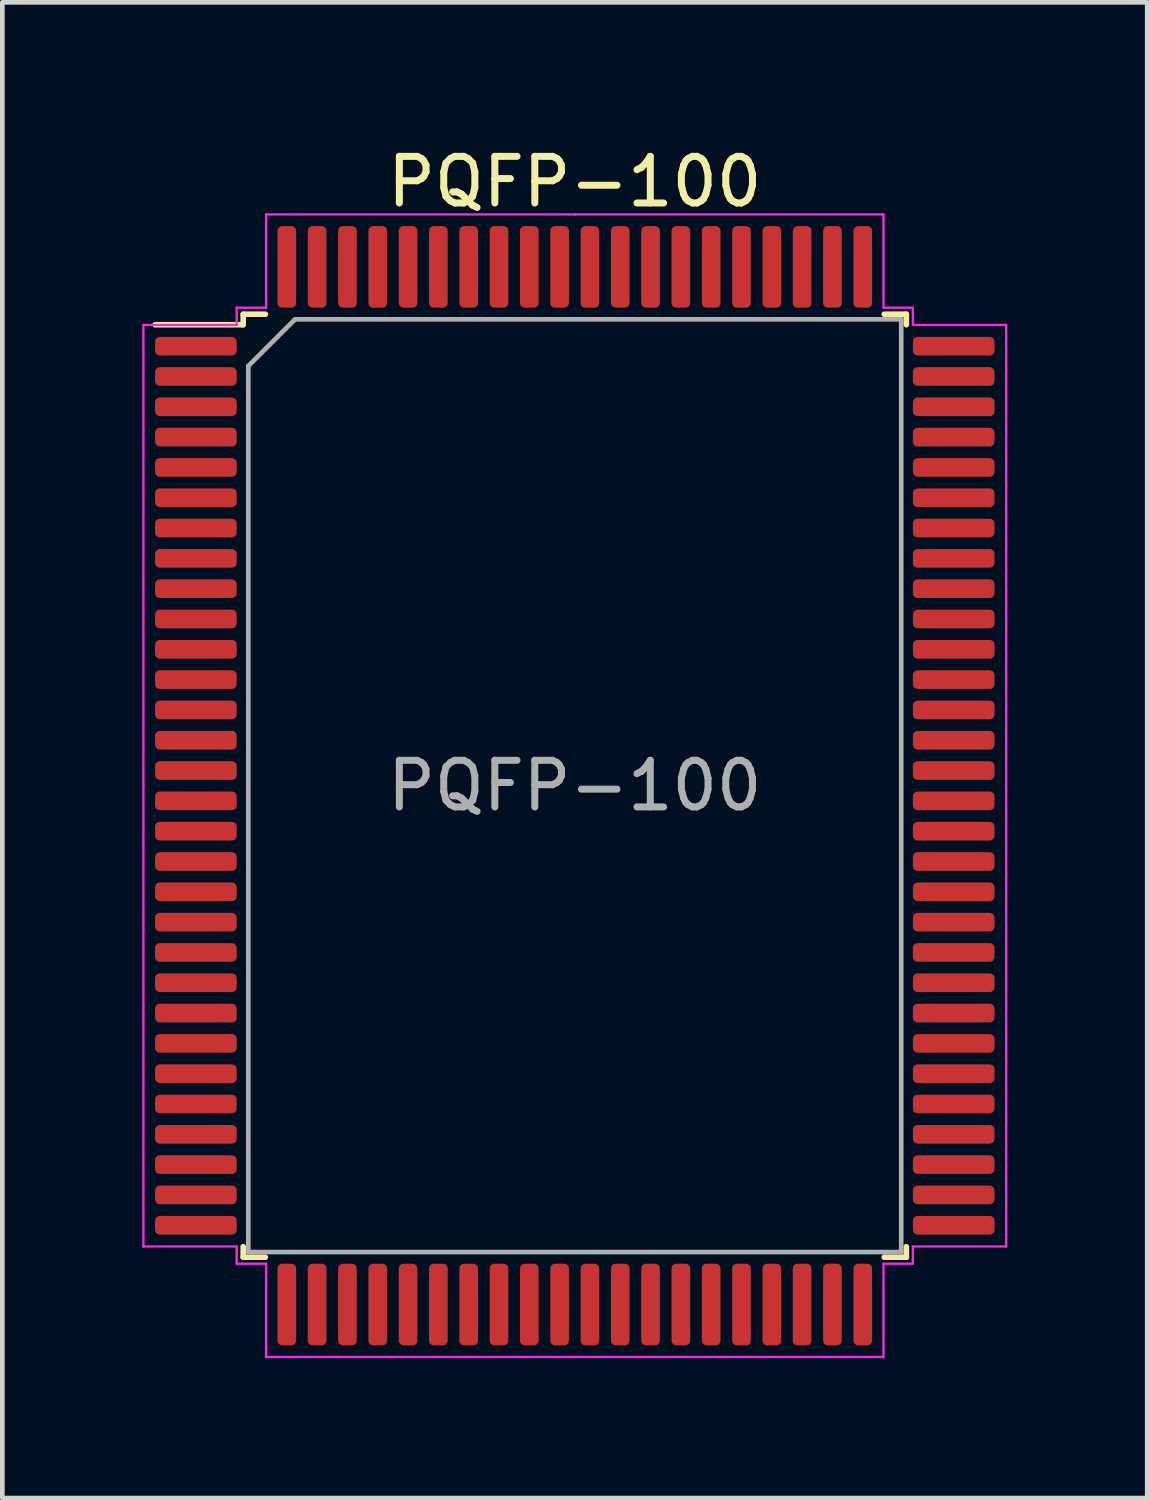
<source format=kicad_pcb>
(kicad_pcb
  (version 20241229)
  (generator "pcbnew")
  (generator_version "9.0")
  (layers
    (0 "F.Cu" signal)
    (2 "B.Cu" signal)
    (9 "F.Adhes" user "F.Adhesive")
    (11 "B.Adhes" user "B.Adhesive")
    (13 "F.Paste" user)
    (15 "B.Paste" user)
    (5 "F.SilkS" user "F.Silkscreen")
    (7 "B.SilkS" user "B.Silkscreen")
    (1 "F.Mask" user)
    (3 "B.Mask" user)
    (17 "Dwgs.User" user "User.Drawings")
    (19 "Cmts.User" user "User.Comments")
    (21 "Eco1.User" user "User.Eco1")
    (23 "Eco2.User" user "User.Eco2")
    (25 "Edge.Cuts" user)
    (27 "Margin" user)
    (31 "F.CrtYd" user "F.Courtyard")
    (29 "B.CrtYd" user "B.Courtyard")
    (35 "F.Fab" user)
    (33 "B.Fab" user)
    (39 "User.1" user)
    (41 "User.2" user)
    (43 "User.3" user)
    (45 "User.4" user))
  (footprint "PQFP-100"
    (layer "F.Cu")
    (at 9.275 13.798)
    (property "Reference" "PQFP-100" (at 0 -12.95 0) (layer "F.SilkS") (effects (font (size 1 1) (thickness 0.15))))
    (attr smd)
    (fp_line (start -7.11 -10.11) (end -7.11 -9.885) (stroke (width 0.12) (type solid)) (layer "F.SilkS"))
    (fp_line (start -7.11 -9.885) (end -9 -9.885) (stroke (width 0.12) (type solid)) (layer "F.SilkS"))
    (fp_line (start -7.11 10.11) (end -7.11 9.885) (stroke (width 0.12) (type solid)) (layer "F.SilkS"))
    (fp_line (start -6.635 -10.11) (end -7.11 -10.11) (stroke (width 0.12) (type solid)) (layer "F.SilkS"))
    (fp_line (start -6.635 10.11) (end -7.11 10.11) (stroke (width 0.12) (type solid)) (layer "F.SilkS"))
    (fp_line (start 6.635 -10.11) (end 7.11 -10.11) (stroke (width 0.12) (type solid)) (layer "F.SilkS"))
    (fp_line (start 6.635 10.11) (end 7.11 10.11) (stroke (width 0.12) (type solid)) (layer "F.SilkS"))
    (fp_line (start 7.11 -10.11) (end 7.11 -9.885) (stroke (width 0.12) (type solid)) (layer "F.SilkS"))
    (fp_line (start 7.11 10.11) (end 7.11 9.885) (stroke (width 0.12) (type solid)) (layer "F.SilkS"))
    (fp_line (start -9.25 -9.88) (end -9.25 0) (stroke (width 0.05) (type solid)) (layer "F.CrtYd"))
    (fp_line (start -9.25 9.88) (end -9.25 0) (stroke (width 0.05) (type solid)) (layer "F.CrtYd"))
    (fp_line (start -7.25 -10.25) (end -7.25 -9.88) (stroke (width 0.05) (type solid)) (layer "F.CrtYd"))
    (fp_line (start -7.25 -9.88) (end -9.25 -9.88) (stroke (width 0.05) (type solid)) (layer "F.CrtYd"))
    (fp_line (start -7.25 9.88) (end -9.25 9.88) (stroke (width 0.05) (type solid)) (layer "F.CrtYd"))
    (fp_line (start -7.25 10.25) (end -7.25 9.88) (stroke (width 0.05) (type solid)) (layer "F.CrtYd"))
    (fp_line (start -6.62 -12.25) (end -6.62 -10.25) (stroke (width 0.05) (type solid)) (layer "F.CrtYd"))
    (fp_line (start -6.62 -10.25) (end -7.25 -10.25) (stroke (width 0.05) (type solid)) (layer "F.CrtYd"))
    (fp_line (start -6.62 10.25) (end -7.25 10.25) (stroke (width 0.05) (type solid)) (layer "F.CrtYd"))
    (fp_line (start -6.62 12.25) (end -6.62 10.25) (stroke (width 0.05) (type solid)) (layer "F.CrtYd"))
    (fp_line (start 0 -12.25) (end -6.62 -12.25) (stroke (width 0.05) (type solid)) (layer "F.CrtYd"))
    (fp_line (start 0 -12.25) (end 6.62 -12.25) (stroke (width 0.05) (type solid)) (layer "F.CrtYd"))
    (fp_line (start 0 12.25) (end -6.62 12.25) (stroke (width 0.05) (type solid)) (layer "F.CrtYd"))
    (fp_line (start 0 12.25) (end 6.62 12.25) (stroke (width 0.05) (type solid)) (layer "F.CrtYd"))
    (fp_line (start 6.62 -12.25) (end 6.62 -10.25) (stroke (width 0.05) (type solid)) (layer "F.CrtYd"))
    (fp_line (start 6.62 -10.25) (end 7.25 -10.25) (stroke (width 0.05) (type solid)) (layer "F.CrtYd"))
    (fp_line (start 6.62 10.25) (end 7.25 10.25) (stroke (width 0.05) (type solid)) (layer "F.CrtYd"))
    (fp_line (start 6.62 12.25) (end 6.62 10.25) (stroke (width 0.05) (type solid)) (layer "F.CrtYd"))
    (fp_line (start 7.25 -10.25) (end 7.25 -9.88) (stroke (width 0.05) (type solid)) (layer "F.CrtYd"))
    (fp_line (start 7.25 -9.88) (end 9.25 -9.88) (stroke (width 0.05) (type solid)) (layer "F.CrtYd"))
    (fp_line (start 7.25 9.88) (end 9.25 9.88) (stroke (width 0.05) (type solid)) (layer "F.CrtYd"))
    (fp_line (start 7.25 10.25) (end 7.25 9.88) (stroke (width 0.05) (type solid)) (layer "F.CrtYd"))
    (fp_line (start 9.25 -9.88) (end 9.25 0) (stroke (width 0.05) (type solid)) (layer "F.CrtYd"))
    (fp_line (start 9.25 9.88) (end 9.25 0) (stroke (width 0.05) (type solid)) (layer "F.CrtYd"))
    (fp_line (start -7 -9) (end -6 -10) (stroke (width 0.1) (type solid)) (layer "F.Fab"))
    (fp_line (start -7 10) (end -7 -9) (stroke (width 0.1) (type solid)) (layer "F.Fab"))
    (fp_line (start -6 -10) (end 7 -10) (stroke (width 0.1) (type solid)) (layer "F.Fab"))
    (fp_line (start 7 -10) (end 7 10) (stroke (width 0.1) (type solid)) (layer "F.Fab"))
    (fp_line (start 7 10) (end -7 10) (stroke (width 0.1) (type solid)) (layer "F.Fab"))
    (fp_text user "${REFERENCE}" (at 0 0 0) (layer "F.Fab") (effects (font (size 1 1) (thickness 0.15))))
    (pad "1" smd roundrect (at -8.125 -9.425) (size 1.75 0.4) (layers "F.Cu" "F.Mask" "F.Paste") (roundrect_rratio 0.25))
    (pad "2" smd roundrect (at -8.125 -8.775) (size 1.75 0.4) (layers "F.Cu" "F.Mask" "F.Paste") (roundrect_rratio 0.25))
    (pad "3" smd roundrect (at -8.125 -8.125) (size 1.75 0.4) (layers "F.Cu" "F.Mask" "F.Paste") (roundrect_rratio 0.25))
    (pad "4" smd roundrect (at -8.125 -7.475) (size 1.75 0.4) (layers "F.Cu" "F.Mask" "F.Paste") (roundrect_rratio 0.25))
    (pad "5" smd roundrect (at -8.125 -6.825) (size 1.75 0.4) (layers "F.Cu" "F.Mask" "F.Paste") (roundrect_rratio 0.25))
    (pad "6" smd roundrect (at -8.125 -6.175) (size 1.75 0.4) (layers "F.Cu" "F.Mask" "F.Paste") (roundrect_rratio 0.25))
    (pad "7" smd roundrect (at -8.125 -5.525) (size 1.75 0.4) (layers "F.Cu" "F.Mask" "F.Paste") (roundrect_rratio 0.25))
    (pad "8" smd roundrect (at -8.125 -4.875) (size 1.75 0.4) (layers "F.Cu" "F.Mask" "F.Paste") (roundrect_rratio 0.25))
    (pad "9" smd roundrect (at -8.125 -4.225) (size 1.75 0.4) (layers "F.Cu" "F.Mask" "F.Paste") (roundrect_rratio 0.25))
    (pad "10" smd roundrect (at -8.125 -3.575) (size 1.75 0.4) (layers "F.Cu" "F.Mask" "F.Paste") (roundrect_rratio 0.25))
    (pad "11" smd roundrect (at -8.125 -2.925) (size 1.75 0.4) (layers "F.Cu" "F.Mask" "F.Paste") (roundrect_rratio 0.25))
    (pad "12" smd roundrect (at -8.125 -2.275) (size 1.75 0.4) (layers "F.Cu" "F.Mask" "F.Paste") (roundrect_rratio 0.25))
    (pad "13" smd roundrect (at -8.125 -1.625) (size 1.75 0.4) (layers "F.Cu" "F.Mask" "F.Paste") (roundrect_rratio 0.25))
    (pad "14" smd roundrect (at -8.125 -0.975) (size 1.75 0.4) (layers "F.Cu" "F.Mask" "F.Paste") (roundrect_rratio 0.25))
    (pad "15" smd roundrect (at -8.125 -0.325) (size 1.75 0.4) (layers "F.Cu" "F.Mask" "F.Paste") (roundrect_rratio 0.25))
    (pad "16" smd roundrect (at -8.125 0.325) (size 1.75 0.4) (layers "F.Cu" "F.Mask" "F.Paste") (roundrect_rratio 0.25))
    (pad "17" smd roundrect (at -8.125 0.975) (size 1.75 0.4) (layers "F.Cu" "F.Mask" "F.Paste") (roundrect_rratio 0.25))
    (pad "18" smd roundrect (at -8.125 1.625) (size 1.75 0.4) (layers "F.Cu" "F.Mask" "F.Paste") (roundrect_rratio 0.25))
    (pad "19" smd roundrect (at -8.125 2.275) (size 1.75 0.4) (layers "F.Cu" "F.Mask" "F.Paste") (roundrect_rratio 0.25))
    (pad "20" smd roundrect (at -8.125 2.925) (size 1.75 0.4) (layers "F.Cu" "F.Mask" "F.Paste") (roundrect_rratio 0.25))
    (pad "21" smd roundrect (at -8.125 3.575) (size 1.75 0.4) (layers "F.Cu" "F.Mask" "F.Paste") (roundrect_rratio 0.25))
    (pad "22" smd roundrect (at -8.125 4.225) (size 1.75 0.4) (layers "F.Cu" "F.Mask" "F.Paste") (roundrect_rratio 0.25))
    (pad "23" smd roundrect (at -8.125 4.875) (size 1.75 0.4) (layers "F.Cu" "F.Mask" "F.Paste") (roundrect_rratio 0.25))
    (pad "24" smd roundrect (at -8.125 5.525) (size 1.75 0.4) (layers "F.Cu" "F.Mask" "F.Paste") (roundrect_rratio 0.25))
    (pad "25" smd roundrect (at -8.125 6.175) (size 1.75 0.4) (layers "F.Cu" "F.Mask" "F.Paste") (roundrect_rratio 0.25))
    (pad "26" smd roundrect (at -8.125 6.825) (size 1.75 0.4) (layers "F.Cu" "F.Mask" "F.Paste") (roundrect_rratio 0.25))
    (pad "27" smd roundrect (at -8.125 7.475) (size 1.75 0.4) (layers "F.Cu" "F.Mask" "F.Paste") (roundrect_rratio 0.25))
    (pad "28" smd roundrect (at -8.125 8.125) (size 1.75 0.4) (layers "F.Cu" "F.Mask" "F.Paste") (roundrect_rratio 0.25))
    (pad "29" smd roundrect (at -8.125 8.775) (size 1.75 0.4) (layers "F.Cu" "F.Mask" "F.Paste") (roundrect_rratio 0.25))
    (pad "30" smd roundrect (at -8.125 9.425) (size 1.75 0.4) (layers "F.Cu" "F.Mask" "F.Paste") (roundrect_rratio 0.25))
    (pad "31" smd roundrect (at -6.175 11.125) (size 0.4 1.75) (layers "F.Cu" "F.Mask" "F.Paste") (roundrect_rratio 0.25))
    (pad "32" smd roundrect (at -5.525 11.125) (size 0.4 1.75) (layers "F.Cu" "F.Mask" "F.Paste") (roundrect_rratio 0.25))
    (pad "33" smd roundrect (at -4.875 11.125) (size 0.4 1.75) (layers "F.Cu" "F.Mask" "F.Paste") (roundrect_rratio 0.25))
    (pad "34" smd roundrect (at -4.225 11.125) (size 0.4 1.75) (layers "F.Cu" "F.Mask" "F.Paste") (roundrect_rratio 0.25))
    (pad "35" smd roundrect (at -3.575 11.125) (size 0.4 1.75) (layers "F.Cu" "F.Mask" "F.Paste") (roundrect_rratio 0.25))
    (pad "36" smd roundrect (at -2.925 11.125) (size 0.4 1.75) (layers "F.Cu" "F.Mask" "F.Paste") (roundrect_rratio 0.25))
    (pad "37" smd roundrect (at -2.275 11.125) (size 0.4 1.75) (layers "F.Cu" "F.Mask" "F.Paste") (roundrect_rratio 0.25))
    (pad "38" smd roundrect (at -1.625 11.125) (size 0.4 1.75) (layers "F.Cu" "F.Mask" "F.Paste") (roundrect_rratio 0.25))
    (pad "39" smd roundrect (at -0.975 11.125) (size 0.4 1.75) (layers "F.Cu" "F.Mask" "F.Paste") (roundrect_rratio 0.25))
    (pad "40" smd roundrect (at -0.325 11.125) (size 0.4 1.75) (layers "F.Cu" "F.Mask" "F.Paste") (roundrect_rratio 0.25))
    (pad "41" smd roundrect (at 0.325 11.125) (size 0.4 1.75) (layers "F.Cu" "F.Mask" "F.Paste") (roundrect_rratio 0.25))
    (pad "42" smd roundrect (at 0.975 11.125) (size 0.4 1.75) (layers "F.Cu" "F.Mask" "F.Paste") (roundrect_rratio 0.25))
    (pad "43" smd roundrect (at 1.625 11.125) (size 0.4 1.75) (layers "F.Cu" "F.Mask" "F.Paste") (roundrect_rratio 0.25))
    (pad "44" smd roundrect (at 2.275 11.125) (size 0.4 1.75) (layers "F.Cu" "F.Mask" "F.Paste") (roundrect_rratio 0.25))
    (pad "45" smd roundrect (at 2.925 11.125) (size 0.4 1.75) (layers "F.Cu" "F.Mask" "F.Paste") (roundrect_rratio 0.25))
    (pad "46" smd roundrect (at 3.575 11.125) (size 0.4 1.75) (layers "F.Cu" "F.Mask" "F.Paste") (roundrect_rratio 0.25))
    (pad "47" smd roundrect (at 4.225 11.125) (size 0.4 1.75) (layers "F.Cu" "F.Mask" "F.Paste") (roundrect_rratio 0.25))
    (pad "48" smd roundrect (at 4.875 11.125) (size 0.4 1.75) (layers "F.Cu" "F.Mask" "F.Paste") (roundrect_rratio 0.25))
    (pad "49" smd roundrect (at 5.525 11.125) (size 0.4 1.75) (layers "F.Cu" "F.Mask" "F.Paste") (roundrect_rratio 0.25))
    (pad "50" smd roundrect (at 6.175 11.125) (size 0.4 1.75) (layers "F.Cu" "F.Mask" "F.Paste") (roundrect_rratio 0.25))
    (pad "51" smd roundrect (at 8.125 9.425) (size 1.75 0.4) (layers "F.Cu" "F.Mask" "F.Paste") (roundrect_rratio 0.25))
    (pad "52" smd roundrect (at 8.125 8.775) (size 1.75 0.4) (layers "F.Cu" "F.Mask" "F.Paste") (roundrect_rratio 0.25))
    (pad "53" smd roundrect (at 8.125 8.125) (size 1.75 0.4) (layers "F.Cu" "F.Mask" "F.Paste") (roundrect_rratio 0.25))
    (pad "54" smd roundrect (at 8.125 7.475) (size 1.75 0.4) (layers "F.Cu" "F.Mask" "F.Paste") (roundrect_rratio 0.25))
    (pad "55" smd roundrect (at 8.125 6.825) (size 1.75 0.4) (layers "F.Cu" "F.Mask" "F.Paste") (roundrect_rratio 0.25))
    (pad "56" smd roundrect (at 8.125 6.175) (size 1.75 0.4) (layers "F.Cu" "F.Mask" "F.Paste") (roundrect_rratio 0.25))
    (pad "57" smd roundrect (at 8.125 5.525) (size 1.75 0.4) (layers "F.Cu" "F.Mask" "F.Paste") (roundrect_rratio 0.25))
    (pad "58" smd roundrect (at 8.125 4.875) (size 1.75 0.4) (layers "F.Cu" "F.Mask" "F.Paste") (roundrect_rratio 0.25))
    (pad "59" smd roundrect (at 8.125 4.225) (size 1.75 0.4) (layers "F.Cu" "F.Mask" "F.Paste") (roundrect_rratio 0.25))
    (pad "60" smd roundrect (at 8.125 3.575) (size 1.75 0.4) (layers "F.Cu" "F.Mask" "F.Paste") (roundrect_rratio 0.25))
    (pad "61" smd roundrect (at 8.125 2.925) (size 1.75 0.4) (layers "F.Cu" "F.Mask" "F.Paste") (roundrect_rratio 0.25))
    (pad "62" smd roundrect (at 8.125 2.275) (size 1.75 0.4) (layers "F.Cu" "F.Mask" "F.Paste") (roundrect_rratio 0.25))
    (pad "63" smd roundrect (at 8.125 1.625) (size 1.75 0.4) (layers "F.Cu" "F.Mask" "F.Paste") (roundrect_rratio 0.25))
    (pad "64" smd roundrect (at 8.125 0.975) (size 1.75 0.4) (layers "F.Cu" "F.Mask" "F.Paste") (roundrect_rratio 0.25))
    (pad "65" smd roundrect (at 8.125 0.325) (size 1.75 0.4) (layers "F.Cu" "F.Mask" "F.Paste") (roundrect_rratio 0.25))
    (pad "66" smd roundrect (at 8.125 -0.325) (size 1.75 0.4) (layers "F.Cu" "F.Mask" "F.Paste") (roundrect_rratio 0.25))
    (pad "67" smd roundrect (at 8.125 -0.975) (size 1.75 0.4) (layers "F.Cu" "F.Mask" "F.Paste") (roundrect_rratio 0.25))
    (pad "68" smd roundrect (at 8.125 -1.625) (size 1.75 0.4) (layers "F.Cu" "F.Mask" "F.Paste") (roundrect_rratio 0.25))
    (pad "69" smd roundrect (at 8.125 -2.275) (size 1.75 0.4) (layers "F.Cu" "F.Mask" "F.Paste") (roundrect_rratio 0.25))
    (pad "70" smd roundrect (at 8.125 -2.925) (size 1.75 0.4) (layers "F.Cu" "F.Mask" "F.Paste") (roundrect_rratio 0.25))
    (pad "71" smd roundrect (at 8.125 -3.575) (size 1.75 0.4) (layers "F.Cu" "F.Mask" "F.Paste") (roundrect_rratio 0.25))
    (pad "72" smd roundrect (at 8.125 -4.225) (size 1.75 0.4) (layers "F.Cu" "F.Mask" "F.Paste") (roundrect_rratio 0.25))
    (pad "73" smd roundrect (at 8.125 -4.875) (size 1.75 0.4) (layers "F.Cu" "F.Mask" "F.Paste") (roundrect_rratio 0.25))
    (pad "74" smd roundrect (at 8.125 -5.525) (size 1.75 0.4) (layers "F.Cu" "F.Mask" "F.Paste") (roundrect_rratio 0.25))
    (pad "75" smd roundrect (at 8.125 -6.175) (size 1.75 0.4) (layers "F.Cu" "F.Mask" "F.Paste") (roundrect_rratio 0.25))
    (pad "76" smd roundrect (at 8.125 -6.825) (size 1.75 0.4) (layers "F.Cu" "F.Mask" "F.Paste") (roundrect_rratio 0.25))
    (pad "77" smd roundrect (at 8.125 -7.475) (size 1.75 0.4) (layers "F.Cu" "F.Mask" "F.Paste") (roundrect_rratio 0.25))
    (pad "78" smd roundrect (at 8.125 -8.125) (size 1.75 0.4) (layers "F.Cu" "F.Mask" "F.Paste") (roundrect_rratio 0.25))
    (pad "79" smd roundrect (at 8.125 -8.775) (size 1.75 0.4) (layers "F.Cu" "F.Mask" "F.Paste") (roundrect_rratio 0.25))
    (pad "80" smd roundrect (at 8.125 -9.425) (size 1.75 0.4) (layers "F.Cu" "F.Mask" "F.Paste") (roundrect_rratio 0.25))
    (pad "81" smd roundrect (at 6.175 -11.125) (size 0.4 1.75) (layers "F.Cu" "F.Mask" "F.Paste") (roundrect_rratio 0.25))
    (pad "82" smd roundrect (at 5.525 -11.125) (size 0.4 1.75) (layers "F.Cu" "F.Mask" "F.Paste") (roundrect_rratio 0.25))
    (pad "83" smd roundrect (at 4.875 -11.125) (size 0.4 1.75) (layers "F.Cu" "F.Mask" "F.Paste") (roundrect_rratio 0.25))
    (pad "84" smd roundrect (at 4.225 -11.125) (size 0.4 1.75) (layers "F.Cu" "F.Mask" "F.Paste") (roundrect_rratio 0.25))
    (pad "85" smd roundrect (at 3.575 -11.125) (size 0.4 1.75) (layers "F.Cu" "F.Mask" "F.Paste") (roundrect_rratio 0.25))
    (pad "86" smd roundrect (at 2.925 -11.125) (size 0.4 1.75) (layers "F.Cu" "F.Mask" "F.Paste") (roundrect_rratio 0.25))
    (pad "87" smd roundrect (at 2.275 -11.125) (size 0.4 1.75) (layers "F.Cu" "F.Mask" "F.Paste") (roundrect_rratio 0.25))
    (pad "88" smd roundrect (at 1.625 -11.125) (size 0.4 1.75) (layers "F.Cu" "F.Mask" "F.Paste") (roundrect_rratio 0.25))
    (pad "89" smd roundrect (at 0.975 -11.125) (size 0.4 1.75) (layers "F.Cu" "F.Mask" "F.Paste") (roundrect_rratio 0.25))
    (pad "90" smd roundrect (at 0.325 -11.125) (size 0.4 1.75) (layers "F.Cu" "F.Mask" "F.Paste") (roundrect_rratio 0.25))
    (pad "91" smd roundrect (at -0.325 -11.125) (size 0.4 1.75) (layers "F.Cu" "F.Mask" "F.Paste") (roundrect_rratio 0.25))
    (pad "92" smd roundrect (at -0.975 -11.125) (size 0.4 1.75) (layers "F.Cu" "F.Mask" "F.Paste") (roundrect_rratio 0.25))
    (pad "93" smd roundrect (at -1.625 -11.125) (size 0.4 1.75) (layers "F.Cu" "F.Mask" "F.Paste") (roundrect_rratio 0.25))
    (pad "94" smd roundrect (at -2.275 -11.125) (size 0.4 1.75) (layers "F.Cu" "F.Mask" "F.Paste") (roundrect_rratio 0.25))
    (pad "95" smd roundrect (at -2.925 -11.125) (size 0.4 1.75) (layers "F.Cu" "F.Mask" "F.Paste") (roundrect_rratio 0.25))
    (pad "96" smd roundrect (at -3.575 -11.125) (size 0.4 1.75) (layers "F.Cu" "F.Mask" "F.Paste") (roundrect_rratio 0.25))
    (pad "97" smd roundrect (at -4.225 -11.125) (size 0.4 1.75) (layers "F.Cu" "F.Mask" "F.Paste") (roundrect_rratio 0.25))
    (pad "98" smd roundrect (at -4.875 -11.125) (size 0.4 1.75) (layers "F.Cu" "F.Mask" "F.Paste") (roundrect_rratio 0.25))
    (pad "99" smd roundrect (at -5.525 -11.125) (size 0.4 1.75) (layers "F.Cu" "F.Mask" "F.Paste") (roundrect_rratio 0.25))
    (pad "100" smd roundrect (at -6.175 -11.125) (size 0.4 1.75) (layers "F.Cu" "F.Mask" "F.Paste") (roundrect_rratio 0.25)))
  (gr_rect
    (start -3 -3)
    (end 21.55 29.073)
    (stroke (width 0.1) (type default))
    (fill no)
    (layer "Edge.Cuts")))
</source>
